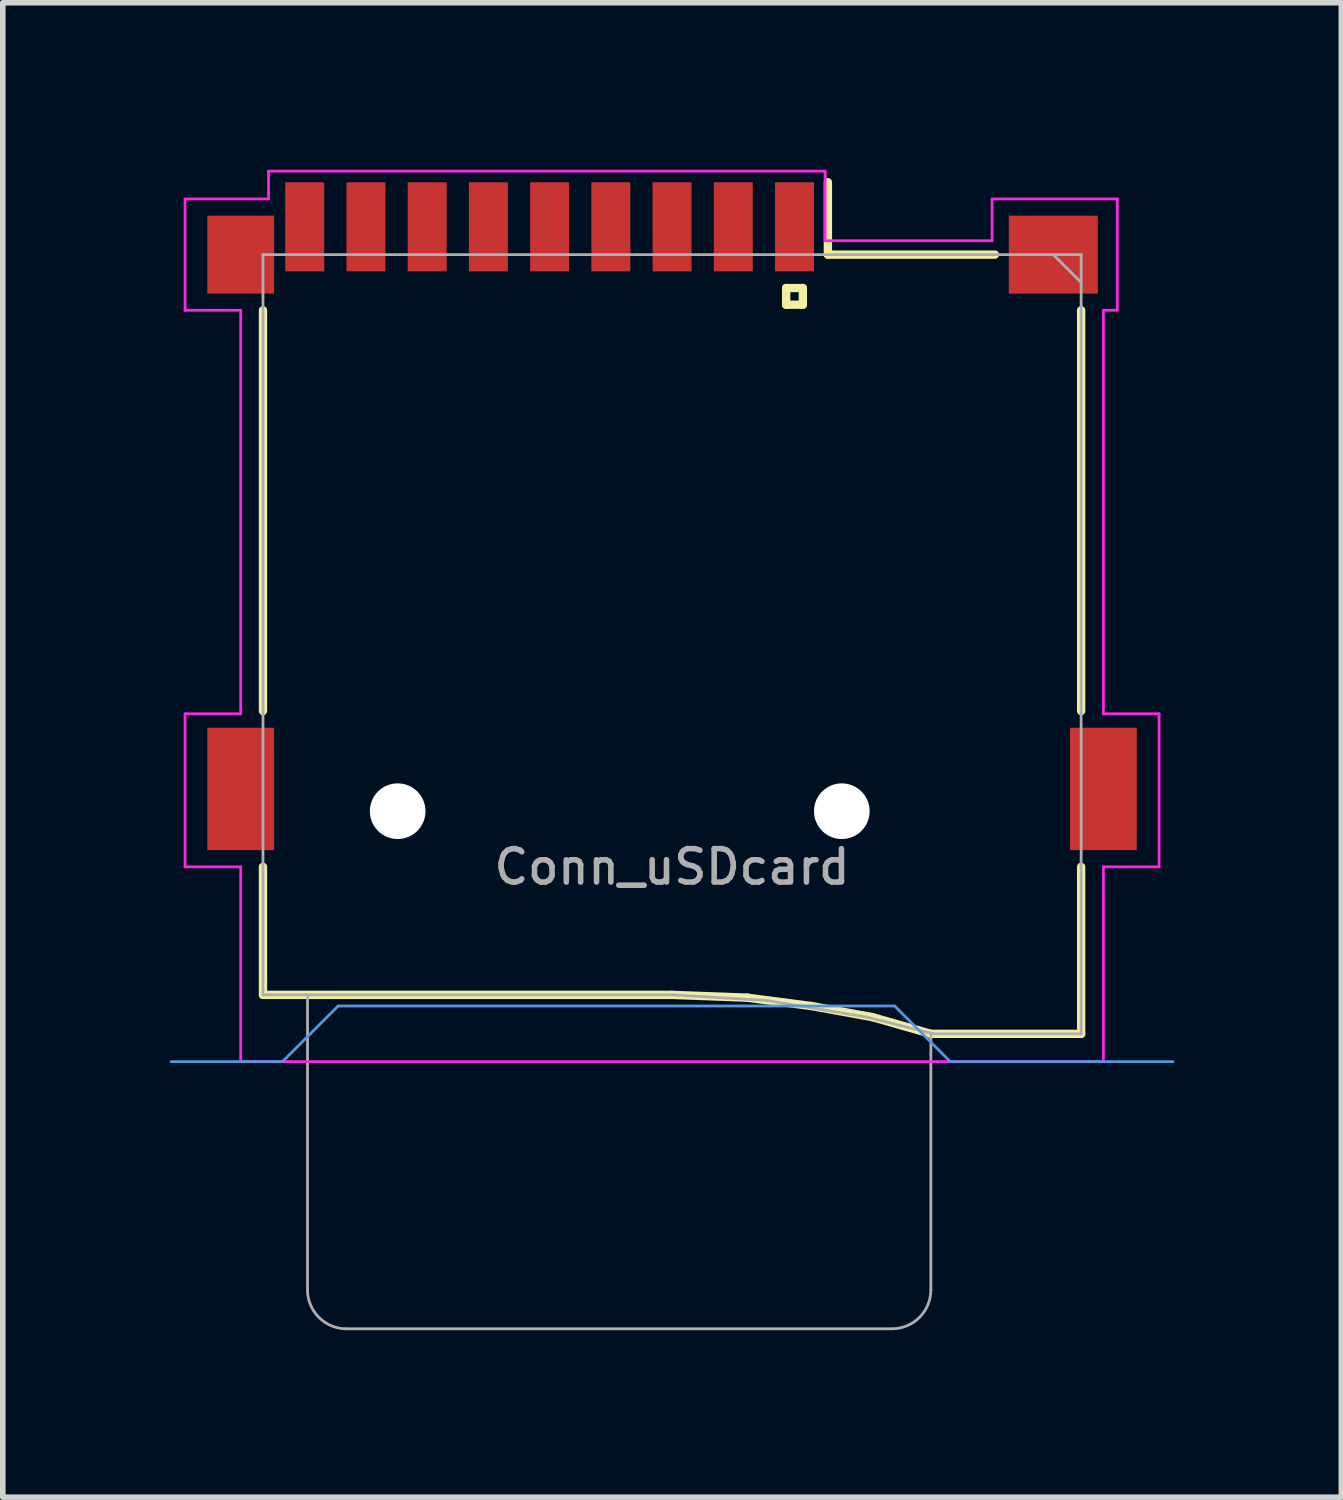
<source format=kicad_pcb>
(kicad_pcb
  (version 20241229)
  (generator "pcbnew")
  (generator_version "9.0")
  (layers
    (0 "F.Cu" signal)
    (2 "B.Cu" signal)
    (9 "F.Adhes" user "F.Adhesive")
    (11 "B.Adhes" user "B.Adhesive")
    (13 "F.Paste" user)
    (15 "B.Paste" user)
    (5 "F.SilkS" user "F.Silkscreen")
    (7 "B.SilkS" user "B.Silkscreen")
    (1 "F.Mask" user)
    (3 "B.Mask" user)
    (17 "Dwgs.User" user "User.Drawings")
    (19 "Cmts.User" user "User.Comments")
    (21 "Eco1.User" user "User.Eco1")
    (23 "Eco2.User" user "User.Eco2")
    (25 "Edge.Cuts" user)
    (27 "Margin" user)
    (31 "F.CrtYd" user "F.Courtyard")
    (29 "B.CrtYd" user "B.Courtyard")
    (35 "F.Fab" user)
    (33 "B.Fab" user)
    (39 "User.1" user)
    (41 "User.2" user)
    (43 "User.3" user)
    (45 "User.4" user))
  (footprint "Conn_uSDcard"
    (layer "F.Cu")
    (at 9.025 8.025)
    (property "Reference" "Conn_uSDcard" (at 0 4.5 180) (layer "F.Fab") (effects (font (size 0.6 0.6) (thickness 0.1))))
    (attr through_hole)
    (fp_line (start -7.35 1.7) (end -7.35 -5.5) (stroke (width 0.15) (type solid)) (layer "F.SilkS"))
    (fp_line (start -7.35 4.5) (end -7.35 6.8) (stroke (width 0.15) (type solid)) (layer "F.SilkS"))
    (fp_line (start -7.35 6.8) (end 0 6.8) (stroke (width 0.15) (type solid)) (layer "F.SilkS"))
    (fp_line (start 0 6.8) (end 1.35 6.85) (stroke (width 0.15) (type solid)) (layer "F.SilkS"))
    (fp_line (start 1.35 6.85) (end 2.5 7) (stroke (width 0.15) (type solid)) (layer "F.SilkS"))
    (fp_line (start 2.05 -5.9) (end 2.05 -5.6) (stroke (width 0.15) (type solid)) (layer "F.SilkS"))
    (fp_line (start 2.05 -5.6) (end 2.35 -5.6) (stroke (width 0.15) (type solid)) (layer "F.SilkS"))
    (fp_line (start 2.35 -5.9) (end 2.05 -5.9) (stroke (width 0.15) (type solid)) (layer "F.SilkS"))
    (fp_line (start 2.35 -5.6) (end 2.35 -5.9) (stroke (width 0.15) (type solid)) (layer "F.SilkS"))
    (fp_line (start 2.5 7) (end 3.6 7.2) (stroke (width 0.15) (type solid)) (layer "F.SilkS"))
    (fp_line (start 2.8 -6.5) (end 2.8 -7.8) (stroke (width 0.15) (type solid)) (layer "F.SilkS"))
    (fp_line (start 2.8 -6.5) (end 5.8 -6.5) (stroke (width 0.15) (type solid)) (layer "F.SilkS"))
    (fp_line (start 3.6 7.2) (end 4.65 7.5) (stroke (width 0.15) (type solid)) (layer "F.SilkS"))
    (fp_line (start 4.65 7.5) (end 7.35 7.5) (stroke (width 0.15) (type solid)) (layer "F.SilkS"))
    (fp_line (start 7.35 -5.5) (end 7.35 1.7) (stroke (width 0.15) (type solid)) (layer "F.SilkS"))
    (fp_line (start 7.35 7.5) (end 7.35 4.5) (stroke (width 0.15) (type solid)) (layer "F.SilkS"))
    (fp_line (start -9 8) (end -7 8) (stroke (width 0.05) (type solid)) (layer "Cmts.User"))
    (fp_line (start -7 8) (end -6 7) (stroke (width 0.05) (type solid)) (layer "Cmts.User"))
    (fp_line (start -6 7) (end 4 7) (stroke (width 0.05) (type solid)) (layer "Cmts.User"))
    (fp_line (start 4 7) (end 5 8) (stroke (width 0.05) (type solid)) (layer "Cmts.User"))
    (fp_line (start 5 8) (end 9 8) (stroke (width 0.05) (type solid)) (layer "Cmts.User"))
    (fp_line (start -8.75 -7.5) (end -7.25 -7.5) (stroke (width 0.05) (type solid)) (layer "F.CrtYd"))
    (fp_line (start -8.75 -5.5) (end -8.75 -7.5) (stroke (width 0.05) (type solid)) (layer "F.CrtYd"))
    (fp_line (start -8.75 1.75) (end -7.75 1.75) (stroke (width 0.05) (type solid)) (layer "F.CrtYd"))
    (fp_line (start -8.75 4.5) (end -8.75 1.75) (stroke (width 0.05) (type solid)) (layer "F.CrtYd"))
    (fp_line (start -7.75 -5.5) (end -8.75 -5.5) (stroke (width 0.05) (type solid)) (layer "F.CrtYd"))
    (fp_line (start -7.75 1.75) (end -7.75 -5.5) (stroke (width 0.05) (type solid)) (layer "F.CrtYd"))
    (fp_line (start -7.75 4.5) (end -8.75 4.5) (stroke (width 0.05) (type solid)) (layer "F.CrtYd"))
    (fp_line (start -7.75 8) (end -7.75 4.5) (stroke (width 0.05) (type solid)) (layer "F.CrtYd"))
    (fp_line (start -7.75 8) (end 7.75 8) (stroke (width 0.05) (type solid)) (layer "F.CrtYd"))
    (fp_line (start -7.25 -8) (end 2.75 -8) (stroke (width 0.05) (type solid)) (layer "F.CrtYd"))
    (fp_line (start -7.25 -7.5) (end -7.25 -8) (stroke (width 0.05) (type solid)) (layer "F.CrtYd"))
    (fp_line (start 2.75 -8) (end 2.75 -6.75) (stroke (width 0.05) (type solid)) (layer "F.CrtYd"))
    (fp_line (start 2.75 -6.75) (end 5.75 -6.75) (stroke (width 0.05) (type solid)) (layer "F.CrtYd"))
    (fp_line (start 5.75 -7.5) (end 8 -7.5) (stroke (width 0.05) (type solid)) (layer "F.CrtYd"))
    (fp_line (start 5.75 -6.75) (end 5.75 -7.5) (stroke (width 0.05) (type solid)) (layer "F.CrtYd"))
    (fp_line (start 7.75 -5.5) (end 7.75 1.75) (stroke (width 0.05) (type solid)) (layer "F.CrtYd"))
    (fp_line (start 7.75 1.75) (end 8.75 1.75) (stroke (width 0.05) (type solid)) (layer "F.CrtYd"))
    (fp_line (start 7.75 4.5) (end 7.75 8) (stroke (width 0.05) (type solid)) (layer "F.CrtYd"))
    (fp_line (start 8 -7.5) (end 8 -5.5) (stroke (width 0.05) (type solid)) (layer "F.CrtYd"))
    (fp_line (start 8 -5.5) (end 7.75 -5.5) (stroke (width 0.05) (type solid)) (layer "F.CrtYd"))
    (fp_line (start 8.75 1.75) (end 8.75 4.5) (stroke (width 0.05) (type solid)) (layer "F.CrtYd"))
    (fp_line (start 8.75 4.5) (end 7.75 4.5) (stroke (width 0.05) (type solid)) (layer "F.CrtYd"))
    (fp_line (start -7.35 -6.5) (end -7.35 6.8) (stroke (width 0.05) (type solid)) (layer "F.Fab"))
    (fp_line (start -7.35 -6.5) (end 7.35 -6.5) (stroke (width 0.05) (type solid)) (layer "F.Fab"))
    (fp_line (start -7.35 6.8) (end 0 6.8) (stroke (width 0.05) (type solid)) (layer "F.Fab"))
    (fp_line (start -6.55 12.1) (end -6.55 6.8) (stroke (width 0.05) (type solid)) (layer "F.Fab"))
    (fp_line (start -5.85 12.8) (end 3.95 12.8) (stroke (width 0.05) (type solid)) (layer "F.Fab"))
    (fp_line (start 0 6.8) (end 1.7 6.9) (stroke (width 0.05) (type solid)) (layer "F.Fab"))
    (fp_line (start 1.7 6.9) (end 3.5 7.2) (stroke (width 0.05) (type solid)) (layer "F.Fab"))
    (fp_line (start 3.5 7.2) (end 4.7 7.5) (stroke (width 0.05) (type solid)) (layer "F.Fab"))
    (fp_line (start 4.65 7.5) (end 7.35 7.5) (stroke (width 0.05) (type solid)) (layer "F.Fab"))
    (fp_line (start 4.65 12.1) (end 4.65 7.5) (stroke (width 0.05) (type solid)) (layer "F.Fab"))
    (fp_line (start 7.35 -6.5) (end 7.35 7.5) (stroke (width 0.05) (type solid)) (layer "F.Fab"))
    (fp_line (start 7.35 -6) (end 6.85 -6.5) (stroke (width 0.05) (type solid)) (layer "F.Fab"))
    (fp_arc (start -5.85 12.8) (mid -6.344975 12.594975) (end -6.55 12.1) (stroke (width 0.05) (type solid)) (layer "F.Fab"))
    (fp_arc (start 4.65 12.1) (mid 4.444975 12.594975) (end 3.95 12.8) (stroke (width 0.05) (type solid)) (layer "F.Fab"))
    (fp_text user "${REFERENCE}" (at 2.1 -5.85 180) (layer "Eco1.User") (effects (font (size 0.3 0.3) (thickness 0.03))))
    (pad "" np_thru_hole circle (at -4.93 3.5) (size 1 1) (drill 1) (layers "*.Cu"))
    (pad "" np_thru_hole circle (at 3.05 3.5) (size 1 1) (drill 1) (layers "*.Cu"))
    (pad "1" smd rect (at 2.2 -7) (size 0.7 1.6) (layers "F.Cu" "F.Mask" "F.Paste"))
    (pad "2" smd rect (at 1.1 -7) (size 0.7 1.6) (layers "F.Cu" "F.Mask" "F.Paste"))
    (pad "3" smd rect (at 0 -7) (size 0.7 1.6) (layers "F.Cu" "F.Mask" "F.Paste"))
    (pad "4" smd rect (at -1.1 -7) (size 0.7 1.6) (layers "F.Cu" "F.Mask" "F.Paste"))
    (pad "5" smd rect (at -2.2 -7) (size 0.7 1.6) (layers "F.Cu" "F.Mask" "F.Paste"))
    (pad "6" smd rect (at -7.75 -6.5) (size 1.2 1.4) (layers "F.Cu" "F.Mask" "F.Paste"))
    (pad "6" smd rect (at -7.75 3.1) (size 1.2 2.2) (layers "F.Cu" "F.Mask" "F.Paste"))
    (pad "6" smd rect (at -3.3 -7) (size 0.7 1.6) (layers "F.Cu" "F.Mask" "F.Paste"))
    (pad "6" smd rect (at 6.85 -6.5) (size 1.6 1.4) (layers "F.Cu" "F.Mask" "F.Paste"))
    (pad "6" smd rect (at 7.75 3.1) (size 1.2 2.2) (layers "F.Cu" "F.Mask" "F.Paste"))
    (pad "7" smd rect (at -4.4 -7) (size 0.7 1.6) (layers "F.Cu" "F.Mask" "F.Paste"))
    (pad "8" smd rect (at -5.5 -7) (size 0.7 1.6) (layers "F.Cu" "F.Mask" "F.Paste"))
    (pad "9" smd rect (at -6.6 -7) (size 0.7 1.6) (layers "F.Cu" "F.Mask" "F.Paste")))
  (gr_rect
    (start -3 -3)
    (end 21.05 23.85)
    (stroke (width 0.1) (type default))
    (fill no)
    (layer "Edge.Cuts")))
</source>
